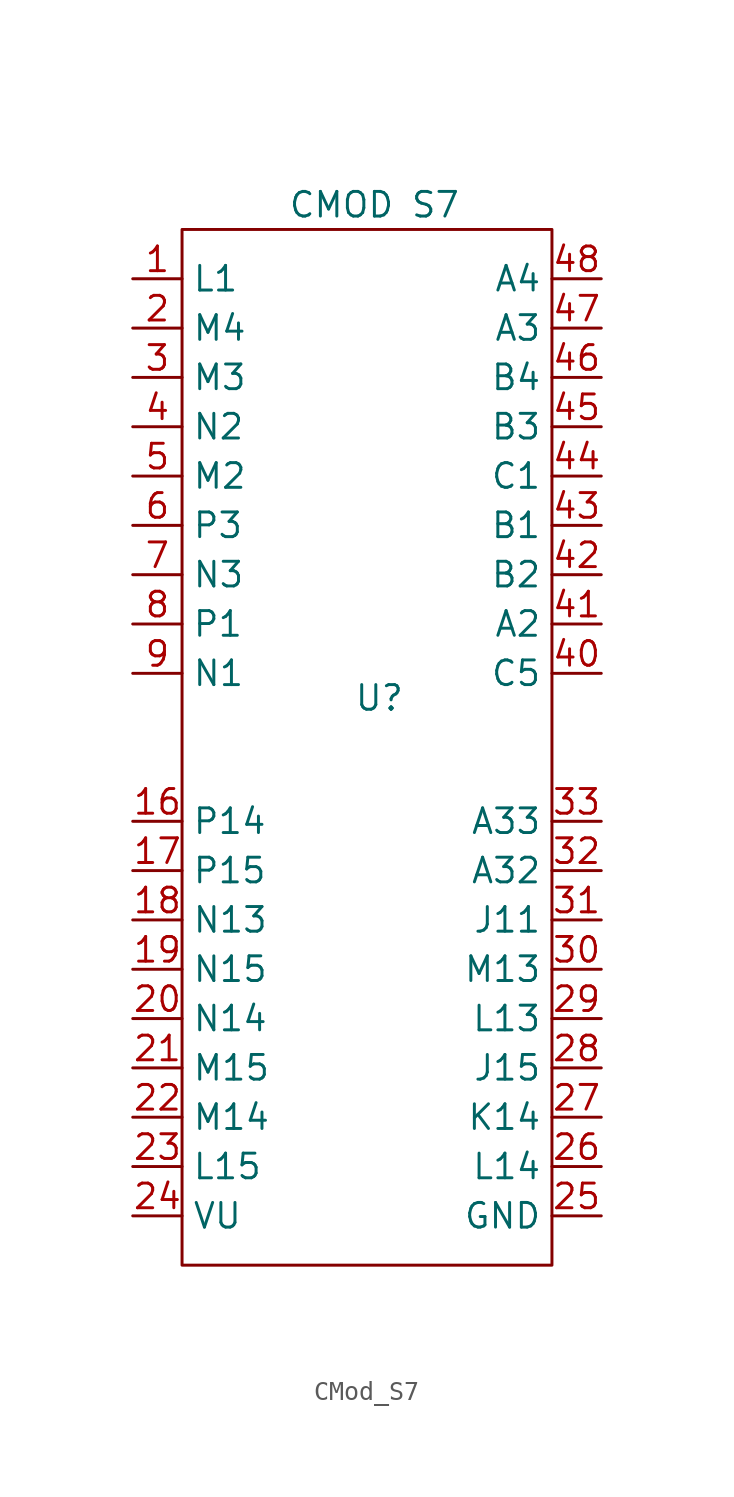
<source format=kicad_sym>
(kicad_symbol_lib
  (version 20231120)
  (generator "kicad_symbol_editor")
  (generator_version "8.0")
  (symbol "CMod_S7"
    (property "Reference" "U"
      (at 0 0 0)
      (effects (font (size 1.27 1.27))))
    (property "Value" "CMOD S7"
      (at -0.254 25.4 0)
      (effects (font (size 1.27 1.27))))
    (symbol "CMod_S7_0_1"
      (rectangle (start -10.16 24.13) (end 8.89 -29.21) (stroke (width 0) (type default)) (fill (type none))))
    (symbol "CMod_S7_1_1"
      (pin bidirectional line (at -12.7 21.59 0) (length 2.54) (name "L1" (effects (font (size 1.27 1.27)))) (number "1" (effects (font (size 1.27 1.27)))))
      (pin bidirectional line (at -12.7 -6.35 0) (length 2.54) (name "P14" (effects (font (size 1.27 1.27)))) (number "16" (effects (font (size 1.27 1.27)))))
      (pin bidirectional line (at -12.7 -8.89 0) (length 2.54) (name "P15" (effects (font (size 1.27 1.27)))) (number "17" (effects (font (size 1.27 1.27)))))
      (pin bidirectional line (at -12.7 -11.43 0) (length 2.54) (name "N13" (effects (font (size 1.27 1.27)))) (number "18" (effects (font (size 1.27 1.27)))))
      (pin bidirectional line (at -12.7 -13.97 0) (length 2.54) (name "N15" (effects (font (size 1.27 1.27)))) (number "19" (effects (font (size 1.27 1.27)))))
      (pin bidirectional line (at -12.7 19.05 0) (length 2.54) (name "M4" (effects (font (size 1.27 1.27)))) (number "2" (effects (font (size 1.27 1.27)))))
      (pin bidirectional line (at -12.7 -16.51 0) (length 2.54) (name "N14" (effects (font (size 1.27 1.27)))) (number "20" (effects (font (size 1.27 1.27)))))
      (pin bidirectional line (at -12.7 -19.05 0) (length 2.54) (name "M15" (effects (font (size 1.27 1.27)))) (number "21" (effects (font (size 1.27 1.27)))))
      (pin bidirectional line (at -12.7 -21.59 0) (length 2.54) (name "M14" (effects (font (size 1.27 1.27)))) (number "22" (effects (font (size 1.27 1.27)))))
      (pin bidirectional line (at -12.7 -24.13 0) (length 2.54) (name "L15" (effects (font (size 1.27 1.27)))) (number "23" (effects (font (size 1.27 1.27)))))
      (pin input line (at -12.7 -26.67 0) (length 2.54) (name "VU" (effects (font (size 1.27 1.27)))) (number "24" (effects (font (size 1.27 1.27)))))
      (pin input line (at 11.43 -26.67 180) (length 2.54) (name "GND" (effects (font (size 1.27 1.27)))) (number "25" (effects (font (size 1.27 1.27)))))
      (pin bidirectional line (at 11.43 -24.13 180) (length 2.54) (name "L14" (effects (font (size 1.27 1.27)))) (number "26" (effects (font (size 1.27 1.27)))))
      (pin bidirectional line (at 11.43 -21.59 180) (length 2.54) (name "K14" (effects (font (size 1.27 1.27)))) (number "27" (effects (font (size 1.27 1.27)))))
      (pin bidirectional line (at 11.43 -19.05 180) (length 2.54) (name "J15" (effects (font (size 1.27 1.27)))) (number "28" (effects (font (size 1.27 1.27)))))
      (pin bidirectional line (at 11.43 -16.51 180) (length 2.54) (name "L13" (effects (font (size 1.27 1.27)))) (number "29" (effects (font (size 1.27 1.27)))))
      (pin bidirectional line (at -12.7 16.51 0) (length 2.54) (name "M3" (effects (font (size 1.27 1.27)))) (number "3" (effects (font (size 1.27 1.27)))))
      (pin bidirectional line (at 11.43 -13.97 180) (length 2.54) (name "M13" (effects (font (size 1.27 1.27)))) (number "30" (effects (font (size 1.27 1.27)))))
      (pin bidirectional line (at 11.43 -11.43 180) (length 2.54) (name "J11" (effects (font (size 1.27 1.27)))) (number "31" (effects (font (size 1.27 1.27)))))
      (pin bidirectional line (at 11.43 -8.89 180) (length 2.54) (name "A32" (effects (font (size 1.27 1.27)))) (number "32" (effects (font (size 1.27 1.27)))))
      (pin bidirectional line (at 11.43 -6.35 180) (length 2.54) (name "A33" (effects (font (size 1.27 1.27)))) (number "33" (effects (font (size 1.27 1.27)))))
      (pin bidirectional line (at -12.7 13.97 0) (length 2.54) (name "N2" (effects (font (size 1.27 1.27)))) (number "4" (effects (font (size 1.27 1.27)))))
      (pin bidirectional line (at 11.43 1.27 180) (length 2.54) (name "C5" (effects (font (size 1.27 1.27)))) (number "40" (effects (font (size 1.27 1.27)))))
      (pin bidirectional line (at 11.43 3.81 180) (length 2.54) (name "A2" (effects (font (size 1.27 1.27)))) (number "41" (effects (font (size 1.27 1.27)))))
      (pin bidirectional line (at 11.43 6.35 180) (length 2.54) (name "B2" (effects (font (size 1.27 1.27)))) (number "42" (effects (font (size 1.27 1.27)))))
      (pin bidirectional line (at 11.43 8.89 180) (length 2.54) (name "B1" (effects (font (size 1.27 1.27)))) (number "43" (effects (font (size 1.27 1.27)))))
      (pin bidirectional line (at 11.43 11.43 180) (length 2.54) (name "C1" (effects (font (size 1.27 1.27)))) (number "44" (effects (font (size 1.27 1.27)))))
      (pin bidirectional line (at 11.43 13.97 180) (length 2.54) (name "B3" (effects (font (size 1.27 1.27)))) (number "45" (effects (font (size 1.27 1.27)))))
      (pin bidirectional line (at 11.43 16.51 180) (length 2.54) (name "B4" (effects (font (size 1.27 1.27)))) (number "46" (effects (font (size 1.27 1.27)))))
      (pin bidirectional line (at 11.43 19.05 180) (length 2.54) (name "A3" (effects (font (size 1.27 1.27)))) (number "47" (effects (font (size 1.27 1.27)))))
      (pin bidirectional line (at 11.43 21.59 180) (length 2.54) (name "A4" (effects (font (size 1.27 1.27)))) (number "48" (effects (font (size 1.27 1.27)))))
      (pin bidirectional line (at -12.7 11.43 0) (length 2.54) (name "M2" (effects (font (size 1.27 1.27)))) (number "5" (effects (font (size 1.27 1.27)))))
      (pin bidirectional line (at -12.7 8.89 0) (length 2.54) (name "P3" (effects (font (size 1.27 1.27)))) (number "6" (effects (font (size 1.27 1.27)))))
      (pin bidirectional line (at -12.7 6.35 0) (length 2.54) (name "N3" (effects (font (size 1.27 1.27)))) (number "7" (effects (font (size 1.27 1.27)))))
      (pin bidirectional line (at -12.7 3.81 0) (length 2.54) (name "P1" (effects (font (size 1.27 1.27)))) (number "8" (effects (font (size 1.27 1.27)))))
      (pin bidirectional line (at -12.7 1.27 0) (length 2.54) (name "N1" (effects (font (size 1.27 1.27)))) (number "9" (effects (font (size 1.27 1.27))))))))
</source>
